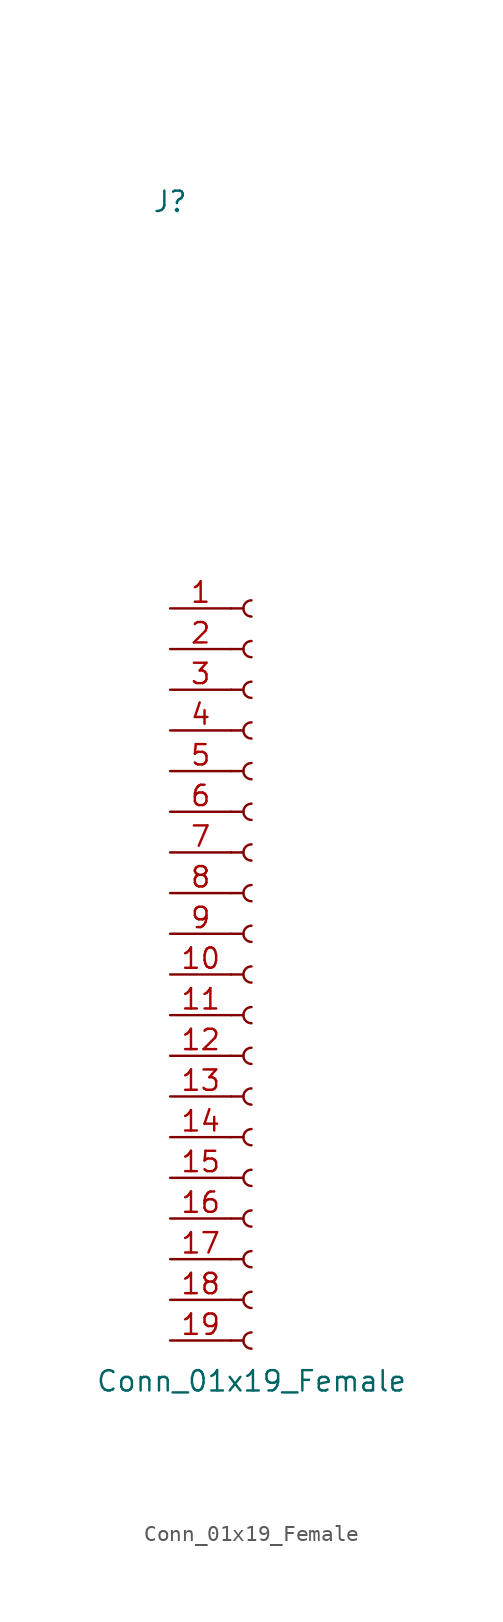
<source format=kicad_sym>
(kicad_symbol_lib
  (version 20211014)
  (generator kicad_symbol_editor)
  (symbol "Conn_01x19_Female"
    (pin_names
      (offset 1.016) hide)
    (property "Reference" "J"
      (at 0 25.4 0)
      (effects (font (size 1.27 1.27))))
    (property "Value" "Conn_01x19_Female"
      (at 5.08 -48.26 0)
      (effects (font (size 1.27 1.27))))
    (symbol "Conn_01x19_Female_1_1"
      (polyline (pts (xy 3.81 -45.72) (xy 4.572 -45.72)) (stroke (width 0.152) (type default) (color 0 0 0 0)) (fill (type none)))
      (polyline (pts (xy 3.81 -43.18) (xy 4.572 -43.18)) (stroke (width 0.152) (type default) (color 0 0 0 0)) (fill (type none)))
      (polyline (pts (xy 3.81 -40.64) (xy 4.572 -40.64)) (stroke (width 0.152) (type default) (color 0 0 0 0)) (fill (type none)))
      (polyline (pts (xy 3.81 -38.1) (xy 4.572 -38.1)) (stroke (width 0.152) (type default) (color 0 0 0 0)) (fill (type none)))
      (polyline (pts (xy 3.81 -35.56) (xy 4.572 -35.56)) (stroke (width 0.152) (type default) (color 0 0 0 0)) (fill (type none)))
      (polyline (pts (xy 3.81 -33.02) (xy 4.572 -33.02)) (stroke (width 0.152) (type default) (color 0 0 0 0)) (fill (type none)))
      (polyline (pts (xy 3.81 -30.48) (xy 4.572 -30.48)) (stroke (width 0.152) (type default) (color 0 0 0 0)) (fill (type none)))
      (polyline (pts (xy 3.81 -27.94) (xy 4.572 -27.94)) (stroke (width 0.152) (type default) (color 0 0 0 0)) (fill (type none)))
      (polyline (pts (xy 3.81 -25.4) (xy 4.572 -25.4)) (stroke (width 0.152) (type default) (color 0 0 0 0)) (fill (type none)))
      (polyline (pts (xy 3.81 -22.86) (xy 4.572 -22.86)) (stroke (width 0.152) (type default) (color 0 0 0 0)) (fill (type none)))
      (polyline (pts (xy 3.81 -20.32) (xy 4.572 -20.32)) (stroke (width 0.152) (type default) (color 0 0 0 0)) (fill (type none)))
      (polyline (pts (xy 3.81 -17.78) (xy 4.572 -17.78)) (stroke (width 0.152) (type default) (color 0 0 0 0)) (fill (type none)))
      (polyline (pts (xy 3.81 -15.24) (xy 4.572 -15.24)) (stroke (width 0.152) (type default) (color 0 0 0 0)) (fill (type none)))
      (polyline (pts (xy 3.81 -12.7) (xy 4.572 -12.7)) (stroke (width 0.152) (type default) (color 0 0 0 0)) (fill (type none)))
      (polyline (pts (xy 3.81 -10.16) (xy 4.572 -10.16)) (stroke (width 0.152) (type default) (color 0 0 0 0)) (fill (type none)))
      (polyline (pts (xy 3.81 -7.62) (xy 4.572 -7.62)) (stroke (width 0.152) (type default) (color 0 0 0 0)) (fill (type none)))
      (polyline (pts (xy 3.81 -5.08) (xy 4.572 -5.08)) (stroke (width 0.152) (type default) (color 0 0 0 0)) (fill (type none)))
      (polyline (pts (xy 3.81 -2.54) (xy 4.572 -2.54)) (stroke (width 0.152) (type default) (color 0 0 0 0)) (fill (type none)))
      (polyline (pts (xy 3.81 0) (xy 4.572 0)) (stroke (width 0.152) (type default) (color 0 0 0 0)) (fill (type none)))
      (arc (start 5.08 -45.212) (mid 4.572 -45.72) (end 5.08 -46.228) (stroke (width 0.1524) (type default) (color 0 0 0 0)) (fill (type none)))
      (arc (start 5.08 -42.672) (mid 4.572 -43.18) (end 5.08 -43.688) (stroke (width 0.1524) (type default) (color 0 0 0 0)) (fill (type none)))
      (arc (start 5.08 -40.132) (mid 4.572 -40.64) (end 5.08 -41.148) (stroke (width 0.1524) (type default) (color 0 0 0 0)) (fill (type none)))
      (arc (start 5.08 -37.592) (mid 4.572 -38.1) (end 5.08 -38.608) (stroke (width 0.1524) (type default) (color 0 0 0 0)) (fill (type none)))
      (arc (start 5.08 -35.052) (mid 4.572 -35.56) (end 5.08 -36.068) (stroke (width 0.1524) (type default) (color 0 0 0 0)) (fill (type none)))
      (arc (start 5.08 -32.512) (mid 4.572 -33.02) (end 5.08 -33.528) (stroke (width 0.1524) (type default) (color 0 0 0 0)) (fill (type none)))
      (arc (start 5.08 -29.972) (mid 4.572 -30.48) (end 5.08 -30.988) (stroke (width 0.1524) (type default) (color 0 0 0 0)) (fill (type none)))
      (arc (start 5.08 -27.432) (mid 4.572 -27.94) (end 5.08 -28.448) (stroke (width 0.1524) (type default) (color 0 0 0 0)) (fill (type none)))
      (arc (start 5.08 -24.892) (mid 4.572 -25.4) (end 5.08 -25.908) (stroke (width 0.1524) (type default) (color 0 0 0 0)) (fill (type none)))
      (arc (start 5.08 -22.352) (mid 4.572 -22.86) (end 5.08 -23.368) (stroke (width 0.1524) (type default) (color 0 0 0 0)) (fill (type none)))
      (arc (start 5.08 -19.812) (mid 4.572 -20.32) (end 5.08 -20.828) (stroke (width 0.1524) (type default) (color 0 0 0 0)) (fill (type none)))
      (arc (start 5.08 -17.272) (mid 4.572 -17.78) (end 5.08 -18.288) (stroke (width 0.1524) (type default) (color 0 0 0 0)) (fill (type none)))
      (arc (start 5.08 -14.732) (mid 4.572 -15.24) (end 5.08 -15.748) (stroke (width 0.1524) (type default) (color 0 0 0 0)) (fill (type none)))
      (arc (start 5.08 -12.192) (mid 4.572 -12.7) (end 5.08 -13.208) (stroke (width 0.1524) (type default) (color 0 0 0 0)) (fill (type none)))
      (arc (start 5.08 -9.652) (mid 4.572 -10.16) (end 5.08 -10.668) (stroke (width 0.1524) (type default) (color 0 0 0 0)) (fill (type none)))
      (arc (start 5.08 -7.112) (mid 4.572 -7.62) (end 5.08 -8.128) (stroke (width 0.1524) (type default) (color 0 0 0 0)) (fill (type none)))
      (arc (start 5.08 -4.572) (mid 4.572 -5.08) (end 5.08 -5.588) (stroke (width 0.1524) (type default) (color 0 0 0 0)) (fill (type none)))
      (arc (start 5.08 -2.032) (mid 4.572 -2.54) (end 5.08 -3.048) (stroke (width 0.1524) (type default) (color 0 0 0 0)) (fill (type none)))
      (arc (start 5.08 0.508) (mid 4.572 0) (end 5.08 -0.508) (stroke (width 0.1524) (type default) (color 0 0 0 0)) (fill (type none)))
      (pin bidirectional line (at 0 0 0) (length 3.81) (name "GND" (effects (font (size 1.27 1.27)))) (number "1" (effects (font (size 1.27 1.27)))))
      (pin passive line (at 0 -22.86 0) (length 3.81) (name "5" (effects (font (size 1.27 1.27)))) (number "10" (effects (font (size 1.27 1.27)))))
      (pin passive line (at 0 -25.4 0) (length 3.81) (name "17" (effects (font (size 1.27 1.27)))) (number "11" (effects (font (size 1.27 1.27)))))
      (pin passive line (at 0 -27.94 0) (length 3.81) (name "16" (effects (font (size 1.27 1.27)))) (number "12" (effects (font (size 1.27 1.27)))))
      (pin passive line (at 0 -30.48 0) (length 3.81) (name "4" (effects (font (size 1.27 1.27)))) (number "13" (effects (font (size 1.27 1.27)))))
      (pin passive line (at 0 -33.02 0) (length 3.81) (name "0" (effects (font (size 1.27 1.27)))) (number "14" (effects (font (size 1.27 1.27)))))
      (pin passive line (at 0 -35.56 0) (length 3.81) (name "2" (effects (font (size 1.27 1.27)))) (number "15" (effects (font (size 1.27 1.27)))))
      (pin passive line (at 0 -38.1 0) (length 3.81) (name "15" (effects (font (size 1.27 1.27)))) (number "16" (effects (font (size 1.27 1.27)))))
      (pin passive line (at 0 -40.64 0) (length 3.81) (name "SD1" (effects (font (size 1.27 1.27)))) (number "17" (effects (font (size 1.27 1.27)))))
      (pin passive line (at 0 -43.18 0) (length 3.81) (name "SD0" (effects (font (size 1.27 1.27)))) (number "18" (effects (font (size 1.27 1.27)))))
      (pin passive line (at 0 -45.72 0) (length 3.81) (name "CLK" (effects (font (size 1.27 1.27)))) (number "19" (effects (font (size 1.27 1.27)))))
      (pin passive line (at 0 -2.54 0) (length 3.81) (name "23" (effects (font (size 1.27 1.27)))) (number "2" (effects (font (size 1.27 1.27)))))
      (pin passive line (at 0 -5.08 0) (length 3.81) (name "23" (effects (font (size 1.27 1.27)))) (number "3" (effects (font (size 1.27 1.27)))))
      (pin passive line (at 0 -7.62 0) (length 3.81) (name "TX" (effects (font (size 1.27 1.27)))) (number "4" (effects (font (size 1.27 1.27)))))
      (pin passive line (at 0 -10.16 0) (length 3.81) (name "RX" (effects (font (size 1.27 1.27)))) (number "5" (effects (font (size 1.27 1.27)))))
      (pin passive line (at 0 -12.7 0) (length 3.81) (name "21" (effects (font (size 1.27 1.27)))) (number "6" (effects (font (size 1.27 1.27)))))
      (pin passive line (at 0 -15.24 0) (length 3.81) (name "GND" (effects (font (size 1.27 1.27)))) (number "7" (effects (font (size 1.27 1.27)))))
      (pin passive line (at 0 -17.78 0) (length 3.81) (name "19" (effects (font (size 1.27 1.27)))) (number "8" (effects (font (size 1.27 1.27)))))
      (pin passive line (at 0 -20.32 0) (length 3.81) (name "18" (effects (font (size 1.27 1.27)))) (number "9" (effects (font (size 1.27 1.27))))))))
</source>
